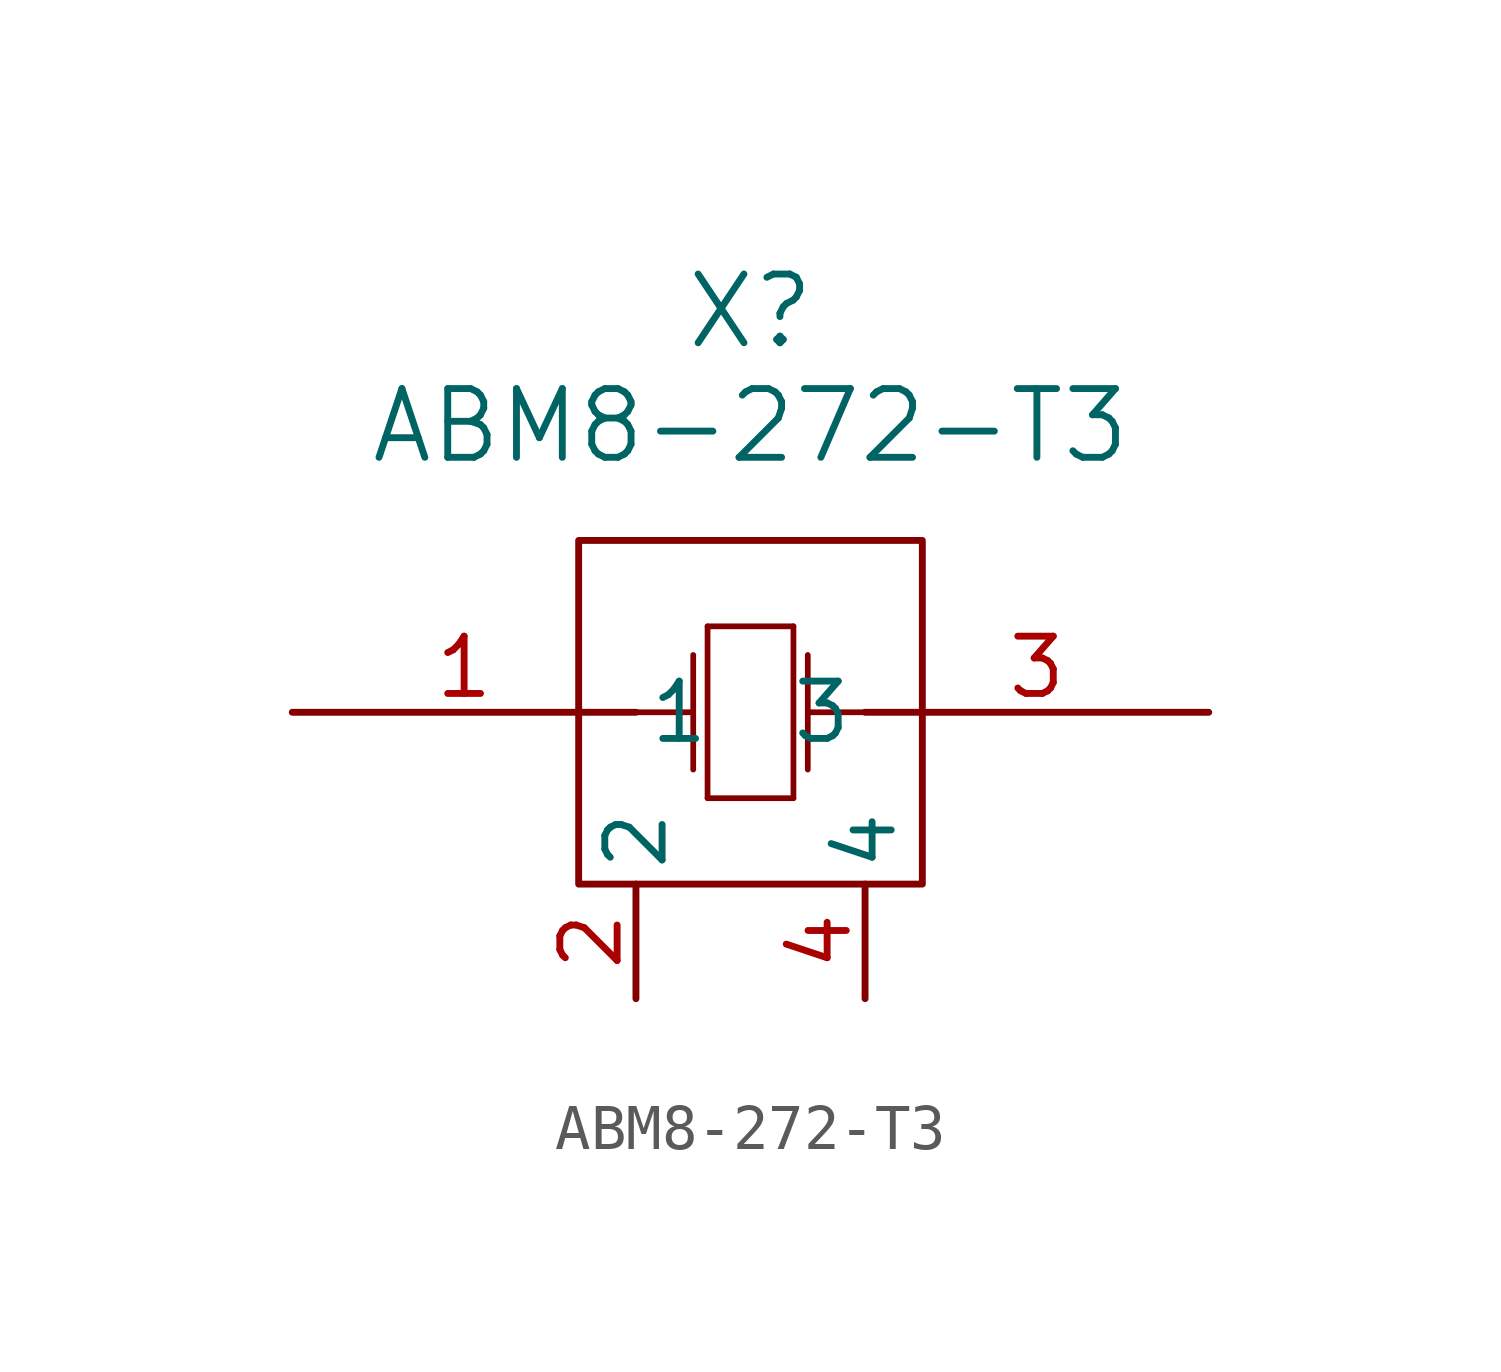
<source format=kicad_sym>
(kicad_symbol_lib
  (version 20231120)
  (generator "kicad_symbol_editor")
  (generator_version "8.0")
  (symbol "ABM8-272-T3"
    (pin_names
      (offset 0.254))
    (property "Reference" "X"
      (at 12.7 7.62 0)
      (effects (font (size 1.524 1.524))))
    (property "Value" "ABM8-272-T3"
      (at 12.7 5.08 0)
      (effects (font (size 1.524 1.524))))
    (property "ki_locked" ""
      (at 0 0 0)
      (effects (font (size 1.27 1.27))))
    (symbol "ABM8-272-T3_0_1"
      (polyline (pts (xy 11.43 -1.27) (xy 10.16 -1.27)) (stroke (width 0.127) (type default)) (fill (type none)))
      (polyline (pts (xy 11.43 0) (xy 11.43 -2.54)) (stroke (width 0.127) (type default)) (fill (type none)))
      (polyline (pts (xy 11.748 -3.175) (xy 13.652 -3.175)) (stroke (width 0.127) (type default)) (fill (type none)))
      (polyline (pts (xy 11.748 0.635) (xy 11.748 -3.175)) (stroke (width 0.127) (type default)) (fill (type none)))
      (polyline (pts (xy 13.652 -3.175) (xy 13.652 0.635)) (stroke (width 0.127) (type default)) (fill (type none)))
      (polyline (pts (xy 13.652 0.635) (xy 11.748 0.635)) (stroke (width 0.127) (type default)) (fill (type none)))
      (polyline (pts (xy 13.97 -1.27) (xy 15.24 -1.27)) (stroke (width 0.127) (type default)) (fill (type none)))
      (polyline (pts (xy 13.97 0) (xy 13.97 -2.54)) (stroke (width 0.127) (type default)) (fill (type none)))
      (pin unspecified line (at 2.54 -1.27 0) (length 7.62) (name "1" (effects (font (size 1.27 1.27)))) (number "1" (effects (font (size 1.27 1.27)))))
      (pin unspecified line (at 10.16 -7.62 90) (length 2.54) (name "2" (effects (font (size 1.27 1.27)))) (number "2" (effects (font (size 1.27 1.27)))))
      (pin unspecified line (at 22.86 -1.27 180) (length 7.62) (name "3" (effects (font (size 1.27 1.27)))) (number "3" (effects (font (size 1.27 1.27)))))
      (pin unspecified line (at 15.24 -7.62 90) (length 2.54) (name "4" (effects (font (size 1.27 1.27)))) (number "4" (effects (font (size 1.27 1.27))))))
    (symbol "ABM8-272-T3_1_1"
      (rectangle (start 8.89 2.54) (end 16.51 -5.08) (stroke (width 0) (type default)) (fill (type none))))))
</source>
